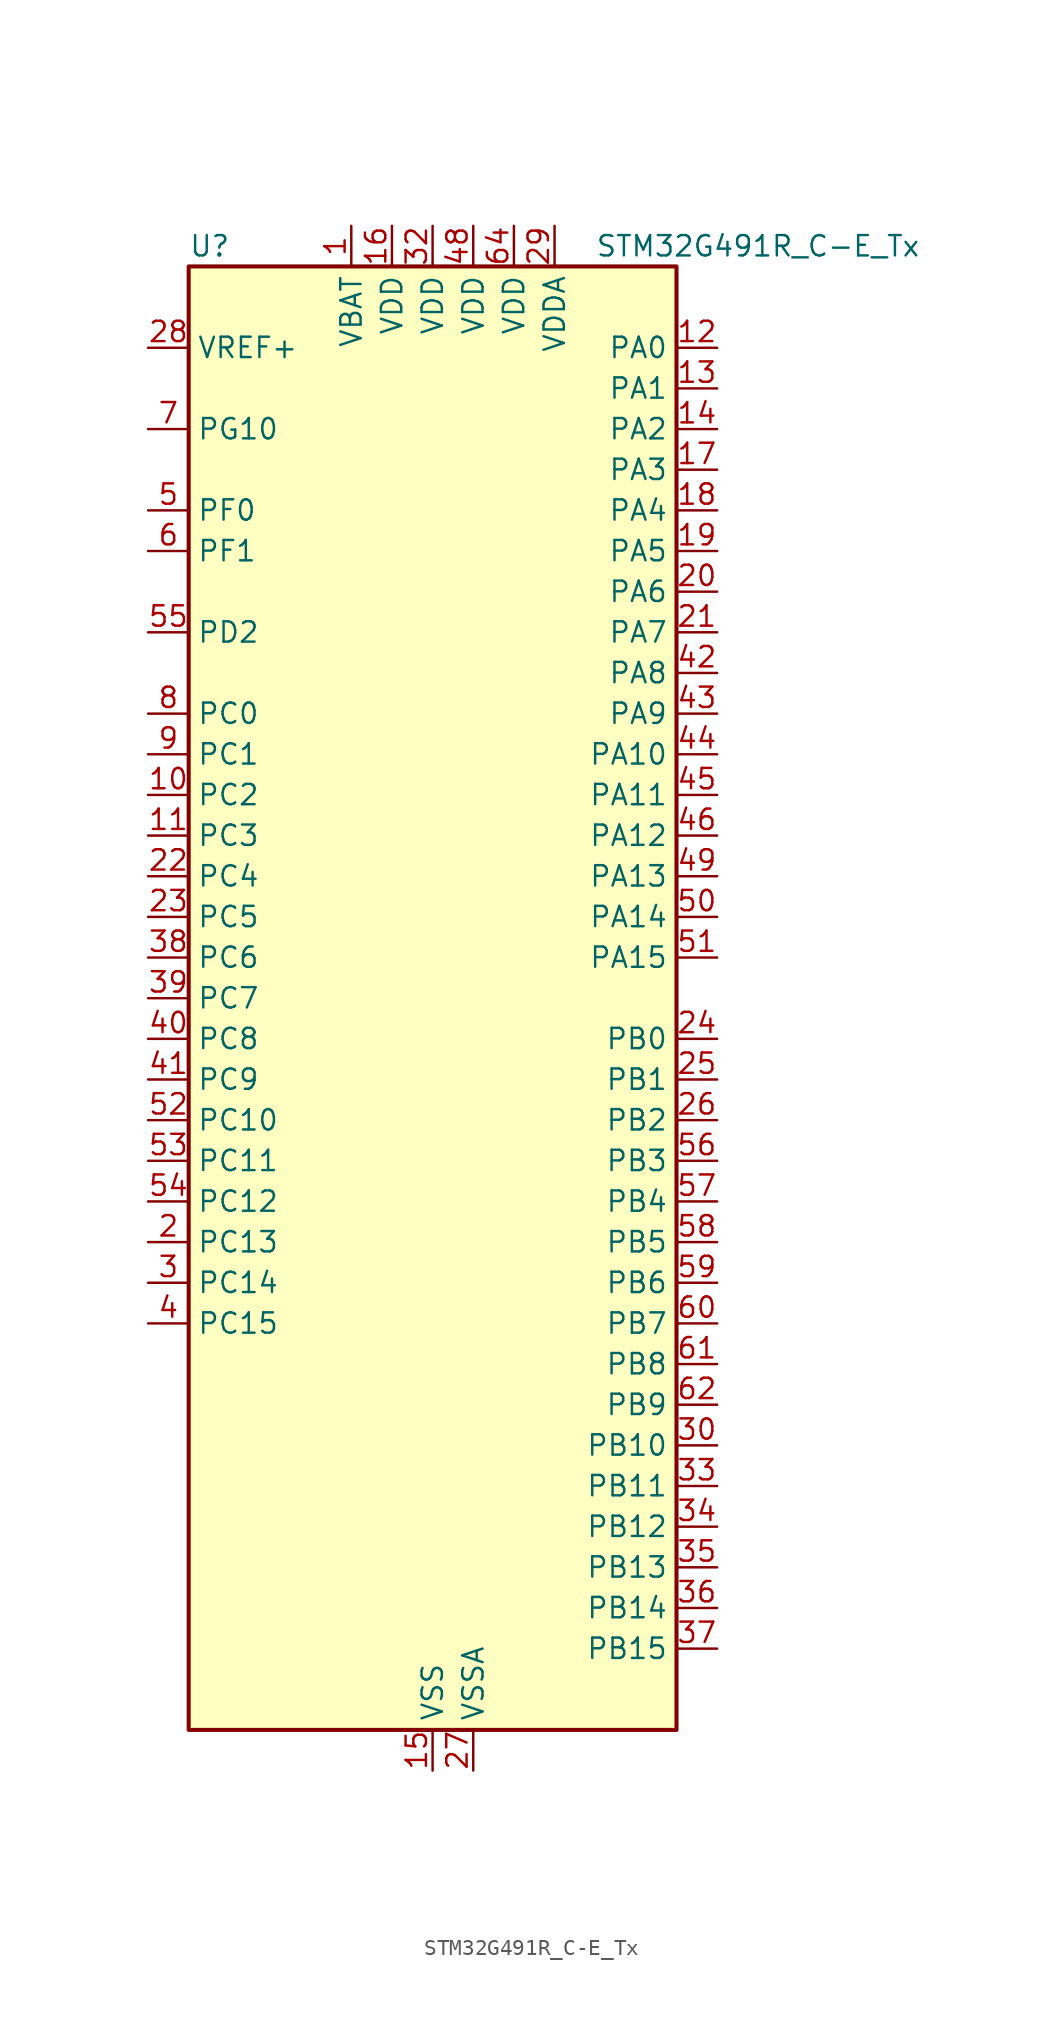
<source format=kicad_sym>
(kicad_symbol_lib
  (version 20241209)
  (generator "kicad_symbol_editor")
  (generator_version "9.0")
  (symbol "STM32G491R_C-E_Tx"
    (property "Reference" "U"
      (at -15.24 46.99 0)
      (effects (font (size 1.27 1.27)) (justify left)))
    (property "Value" "STM32G491R_C-E_Tx"
      (at 10.16 46.99 0)
      (effects (font (size 1.27 1.27)) (justify left)))
    (symbol "STM32G491R_C-E_Tx_0_1"
      (rectangle (start -15.24 -45.72) (end 15.24 45.72) (stroke (width 0.254) (type default)) (fill (type background))))
    (symbol "STM32G491R_C-E_Tx_1_1"
      (pin input line (at -17.78 40.64 0) (length 2.54) (name "VREF+" (effects (font (size 1.27 1.27)))) (number "28" (effects (font (size 1.27 1.27)))) (alternate "VREFBUF_OUT" bidirectional line))
      (pin bidirectional line (at -17.78 35.56 0) (length 2.54) (name "PG10" (effects (font (size 1.27 1.27)))) (number "7" (effects (font (size 1.27 1.27)))) (alternate "DAC1_EXTI10" bidirectional line) (alternate "DAC3_EXTI10" bidirectional line) (alternate "RCC_MCO" bidirectional line))
      (pin bidirectional line (at -17.78 30.48 0) (length 2.54) (name "PF0" (effects (font (size 1.27 1.27)))) (number "5" (effects (font (size 1.27 1.27)))) (alternate "ADC1_IN10" bidirectional line) (alternate "I2C2_SDA" bidirectional line) (alternate "I2S2_WS" bidirectional line) (alternate "RCC_OSC_IN" bidirectional line) (alternate "SPI2_NSS" bidirectional line) (alternate "TIM1_CH3N" bidirectional line))
      (pin bidirectional line (at -17.78 27.94 0) (length 2.54) (name "PF1" (effects (font (size 1.27 1.27)))) (number "6" (effects (font (size 1.27 1.27)))) (alternate "ADC2_IN10" bidirectional line) (alternate "COMP3_INM" bidirectional line) (alternate "I2S2_CK" bidirectional line) (alternate "RCC_OSC_OUT" bidirectional line) (alternate "SPI2_SCK" bidirectional line))
      (pin bidirectional line (at -17.78 22.86 0) (length 2.54) (name "PD2" (effects (font (size 1.27 1.27)))) (number "55" (effects (font (size 1.27 1.27)))) (alternate "ADC3_EXTI2" bidirectional line) (alternate "TIM3_ETR" bidirectional line) (alternate "TIM8_BKIN" bidirectional line) (alternate "UART5_RX" bidirectional line))
      (pin bidirectional line (at -17.78 17.78 0) (length 2.54) (name "PC0" (effects (font (size 1.27 1.27)))) (number "8" (effects (font (size 1.27 1.27)))) (alternate "ADC1_IN6" bidirectional line) (alternate "ADC2_IN6" bidirectional line) (alternate "COMP3_INM" bidirectional line) (alternate "LPTIM1_IN1" bidirectional line) (alternate "LPUART1_RX" bidirectional line) (alternate "TIM1_CH1" bidirectional line))
      (pin bidirectional line (at -17.78 15.24 0) (length 2.54) (name "PC1" (effects (font (size 1.27 1.27)))) (number "9" (effects (font (size 1.27 1.27)))) (alternate "ADC1_IN7" bidirectional line) (alternate "ADC2_IN7" bidirectional line) (alternate "COMP3_INP" bidirectional line) (alternate "LPTIM1_OUT" bidirectional line) (alternate "LPUART1_TX" bidirectional line) (alternate "QUADSPI1_BK2_IO0" bidirectional line) (alternate "SAI1_SD_A" bidirectional line) (alternate "TIM1_CH2" bidirectional line))
      (pin bidirectional line (at -17.78 12.7 0) (length 2.54) (name "PC2" (effects (font (size 1.27 1.27)))) (number "10" (effects (font (size 1.27 1.27)))) (alternate "ADC1_IN8" bidirectional line) (alternate "ADC2_IN8" bidirectional line) (alternate "ADC3_EXTI2" bidirectional line) (alternate "COMP3_OUT" bidirectional line) (alternate "LPTIM1_IN2" bidirectional line) (alternate "QUADSPI1_BK2_IO1" bidirectional line) (alternate "TIM1_CH3" bidirectional line) (alternate "TIM20_CH2" bidirectional line))
      (pin bidirectional line (at -17.78 10.16 0) (length 2.54) (name "PC3" (effects (font (size 1.27 1.27)))) (number "11" (effects (font (size 1.27 1.27)))) (alternate "ADC1_IN9" bidirectional line) (alternate "ADC2_IN9" bidirectional line) (alternate "ADC3_EXTI3" bidirectional line) (alternate "LPTIM1_ETR" bidirectional line) (alternate "QUADSPI1_BK2_IO2" bidirectional line) (alternate "SAI1_D1" bidirectional line) (alternate "SAI1_SD_A" bidirectional line) (alternate "TIM1_BKIN2" bidirectional line) (alternate "TIM1_CH4" bidirectional line))
      (pin bidirectional line (at -17.78 7.62 0) (length 2.54) (name "PC4" (effects (font (size 1.27 1.27)))) (number "22" (effects (font (size 1.27 1.27)))) (alternate "ADC2_IN5" bidirectional line) (alternate "I2C2_SCL" bidirectional line) (alternate "QUADSPI1_BK2_IO3" bidirectional line) (alternate "TIM1_ETR" bidirectional line) (alternate "USART1_TX" bidirectional line))
      (pin bidirectional line (at -17.78 5.08 0) (length 2.54) (name "PC5" (effects (font (size 1.27 1.27)))) (number "23" (effects (font (size 1.27 1.27)))) (alternate "ADC2_IN11" bidirectional line) (alternate "OPAMP1_VINM" bidirectional line) (alternate "OPAMP1_VINM1" bidirectional line) (alternate "OPAMP1_VINM_SEC" bidirectional line) (alternate "OPAMP2_VINM" bidirectional line) (alternate "OPAMP2_VINM1" bidirectional line) (alternate "OPAMP2_VINM_SEC" bidirectional line) (alternate "SAI1_D3" bidirectional line) (alternate "SYS_WKUP5" bidirectional line) (alternate "TIM15_BKIN" bidirectional line) (alternate "TIM1_CH4N" bidirectional line) (alternate "USART1_RX" bidirectional line))
      (pin bidirectional line (at -17.78 2.54 0) (length 2.54) (name "PC6" (effects (font (size 1.27 1.27)))) (number "38" (effects (font (size 1.27 1.27)))) (alternate "I2S2_MCK" bidirectional line) (alternate "TIM3_CH1" bidirectional line) (alternate "TIM8_CH1" bidirectional line))
      (pin bidirectional line (at -17.78 0 0) (length 2.54) (name "PC7" (effects (font (size 1.27 1.27)))) (number "39" (effects (font (size 1.27 1.27)))) (alternate "I2S3_MCK" bidirectional line) (alternate "TIM3_CH2" bidirectional line) (alternate "TIM8_CH2" bidirectional line))
      (pin bidirectional line (at -17.78 -2.54 0) (length 2.54) (name "PC8" (effects (font (size 1.27 1.27)))) (number "40" (effects (font (size 1.27 1.27)))) (alternate "I2C3_SCL" bidirectional line) (alternate "TIM20_CH3" bidirectional line) (alternate "TIM3_CH3" bidirectional line) (alternate "TIM8_CH3" bidirectional line))
      (pin bidirectional line (at -17.78 -5.08 0) (length 2.54) (name "PC9" (effects (font (size 1.27 1.27)))) (number "41" (effects (font (size 1.27 1.27)))) (alternate "DAC1_EXTI9" bidirectional line) (alternate "DAC3_EXTI9" bidirectional line) (alternate "I2C3_SDA" bidirectional line) (alternate "I2S_CKIN" bidirectional line) (alternate "TIM3_CH4" bidirectional line) (alternate "TIM8_BKIN2" bidirectional line) (alternate "TIM8_CH4" bidirectional line))
      (pin bidirectional line (at -17.78 -7.62 0) (length 2.54) (name "PC10" (effects (font (size 1.27 1.27)))) (number "52" (effects (font (size 1.27 1.27)))) (alternate "DAC1_EXTI10" bidirectional line) (alternate "DAC3_EXTI10" bidirectional line) (alternate "I2S3_CK" bidirectional line) (alternate "SPI3_SCK" bidirectional line) (alternate "TIM8_CH1N" bidirectional line) (alternate "UART4_TX" bidirectional line) (alternate "USART3_TX" bidirectional line))
      (pin bidirectional line (at -17.78 -10.16 0) (length 2.54) (name "PC11" (effects (font (size 1.27 1.27)))) (number "53" (effects (font (size 1.27 1.27)))) (alternate "ADC1_EXTI11" bidirectional line) (alternate "ADC2_EXTI11" bidirectional line) (alternate "I2C3_SDA" bidirectional line) (alternate "SPI3_MISO" bidirectional line) (alternate "TIM8_CH2N" bidirectional line) (alternate "UART4_RX" bidirectional line) (alternate "USART3_RX" bidirectional line))
      (pin bidirectional line (at -17.78 -12.7 0) (length 2.54) (name "PC12" (effects (font (size 1.27 1.27)))) (number "54" (effects (font (size 1.27 1.27)))) (alternate "I2S3_SD" bidirectional line) (alternate "SPI3_MOSI" bidirectional line) (alternate "TIM8_CH3N" bidirectional line) (alternate "UART5_TX" bidirectional line) (alternate "UCPD1_FRSTX1" bidirectional line) (alternate "UCPD1_FRSTX2" bidirectional line) (alternate "USART3_CK" bidirectional line))
      (pin bidirectional line (at -17.78 -15.24 0) (length 2.54) (name "PC13" (effects (font (size 1.27 1.27)))) (number "2" (effects (font (size 1.27 1.27)))) (alternate "RTC_OUT1" bidirectional line) (alternate "RTC_TAMP1" bidirectional line) (alternate "RTC_TS" bidirectional line) (alternate "SYS_WKUP2" bidirectional line) (alternate "TIM1_BKIN" bidirectional line) (alternate "TIM1_CH1N" bidirectional line) (alternate "TIM8_CH4N" bidirectional line))
      (pin bidirectional line (at -17.78 -17.78 0) (length 2.54) (name "PC14" (effects (font (size 1.27 1.27)))) (number "3" (effects (font (size 1.27 1.27)))) (alternate "RCC_OSC32_IN" bidirectional line))
      (pin bidirectional line (at -17.78 -20.32 0) (length 2.54) (name "PC15" (effects (font (size 1.27 1.27)))) (number "4" (effects (font (size 1.27 1.27)))) (alternate "ADC1_EXTI15" bidirectional line) (alternate "ADC2_EXTI15" bidirectional line) (alternate "RCC_OSC32_OUT" bidirectional line))
      (pin power_in line (at -5.08 48.26 270) (length 2.54) (name "VBAT" (effects (font (size 1.27 1.27)))) (number "1" (effects (font (size 1.27 1.27)))))
      (pin power_in line (at -2.54 48.26 270) (length 2.54) (name "VDD" (effects (font (size 1.27 1.27)))) (number "16" (effects (font (size 1.27 1.27)))))
      (pin power_in line (at 0 48.26 270) (length 2.54) (name "VDD" (effects (font (size 1.27 1.27)))) (number "32" (effects (font (size 1.27 1.27)))))
      (pin power_in line (at 0 -48.26 90) (length 2.54) (name "VSS" (effects (font (size 1.27 1.27)))) (number "15" (effects (font (size 1.27 1.27)))))
      (pin passive line (at 0 -48.26 90) (length 2.54) (hide yes) (name "VSS" (effects (font (size 1.27 1.27)))) (number "31" (effects (font (size 1.27 1.27)))))
      (pin passive line (at 0 -48.26 90) (length 2.54) (hide yes) (name "VSS" (effects (font (size 1.27 1.27)))) (number "47" (effects (font (size 1.27 1.27)))))
      (pin passive line (at 0 -48.26 90) (length 2.54) (hide yes) (name "VSS" (effects (font (size 1.27 1.27)))) (number "63" (effects (font (size 1.27 1.27)))))
      (pin power_in line (at 2.54 48.26 270) (length 2.54) (name "VDD" (effects (font (size 1.27 1.27)))) (number "48" (effects (font (size 1.27 1.27)))))
      (pin power_in line (at 2.54 -48.26 90) (length 2.54) (name "VSSA" (effects (font (size 1.27 1.27)))) (number "27" (effects (font (size 1.27 1.27)))))
      (pin power_in line (at 5.08 48.26 270) (length 2.54) (name "VDD" (effects (font (size 1.27 1.27)))) (number "64" (effects (font (size 1.27 1.27)))))
      (pin power_in line (at 7.62 48.26 270) (length 2.54) (name "VDDA" (effects (font (size 1.27 1.27)))) (number "29" (effects (font (size 1.27 1.27)))))
      (pin bidirectional line (at 17.78 40.64 180) (length 2.54) (name "PA0" (effects (font (size 1.27 1.27)))) (number "12" (effects (font (size 1.27 1.27)))) (alternate "ADC1_IN1" bidirectional line) (alternate "ADC2_IN1" bidirectional line) (alternate "COMP1_INM" bidirectional line) (alternate "COMP1_OUT" bidirectional line) (alternate "COMP3_INP" bidirectional line) (alternate "RTC_TAMP2" bidirectional line) (alternate "SYS_WKUP1" bidirectional line) (alternate "TIM2_CH1" bidirectional line) (alternate "TIM2_ETR" bidirectional line) (alternate "TIM8_BKIN" bidirectional line) (alternate "TIM8_ETR" bidirectional line) (alternate "USART2_CTS" bidirectional line) (alternate "USART2_NSS" bidirectional line))
      (pin bidirectional line (at 17.78 38.1 180) (length 2.54) (name "PA1" (effects (font (size 1.27 1.27)))) (number "13" (effects (font (size 1.27 1.27)))) (alternate "ADC1_IN2" bidirectional line) (alternate "ADC2_IN2" bidirectional line) (alternate "COMP1_INP" bidirectional line) (alternate "OPAMP1_VINP" bidirectional line) (alternate "OPAMP1_VINP_SEC" bidirectional line) (alternate "OPAMP3_VINP" bidirectional line) (alternate "OPAMP3_VINP_SEC" bidirectional line) (alternate "OPAMP6_VINM" bidirectional line) (alternate "OPAMP6_VINM0" bidirectional line) (alternate "OPAMP6_VINM_SEC" bidirectional line) (alternate "RTC_REFIN" bidirectional line) (alternate "TIM15_CH1N" bidirectional line) (alternate "TIM2_CH2" bidirectional line) (alternate "USART2_DE" bidirectional line) (alternate "USART2_RTS" bidirectional line))
      (pin bidirectional line (at 17.78 35.56 180) (length 2.54) (name "PA2" (effects (font (size 1.27 1.27)))) (number "14" (effects (font (size 1.27 1.27)))) (alternate "ADC1_IN3" bidirectional line) (alternate "ADC3_EXTI2" bidirectional line) (alternate "COMP2_INM" bidirectional line) (alternate "COMP2_OUT" bidirectional line) (alternate "LPUART1_TX" bidirectional line) (alternate "OPAMP1_VOUT" bidirectional line) (alternate "QUADSPI1_BK1_NCS" bidirectional line) (alternate "RCC_LSCO" bidirectional line) (alternate "SYS_WKUP4" bidirectional line) (alternate "TIM15_CH1" bidirectional line) (alternate "TIM2_CH3" bidirectional line) (alternate "UCPD1_FRSTX1" bidirectional line) (alternate "UCPD1_FRSTX2" bidirectional line) (alternate "USART2_TX" bidirectional line))
      (pin bidirectional line (at 17.78 33.02 180) (length 2.54) (name "PA3" (effects (font (size 1.27 1.27)))) (number "17" (effects (font (size 1.27 1.27)))) (alternate "ADC1_IN4" bidirectional line) (alternate "ADC3_EXTI3" bidirectional line) (alternate "COMP2_INP" bidirectional line) (alternate "LPUART1_RX" bidirectional line) (alternate "OPAMP1_VINM" bidirectional line) (alternate "OPAMP1_VINM0" bidirectional line) (alternate "OPAMP1_VINM_SEC" bidirectional line) (alternate "OPAMP1_VINP" bidirectional line) (alternate "OPAMP1_VINP_SEC" bidirectional line) (alternate "QUADSPI1_CLK" bidirectional line) (alternate "SAI1_CK1" bidirectional line) (alternate "SAI1_MCLK_A" bidirectional line) (alternate "TIM15_CH2" bidirectional line) (alternate "TIM2_CH4" bidirectional line) (alternate "USART2_RX" bidirectional line))
      (pin bidirectional line (at 17.78 30.48 180) (length 2.54) (name "PA4" (effects (font (size 1.27 1.27)))) (number "18" (effects (font (size 1.27 1.27)))) (alternate "ADC2_IN17" bidirectional line) (alternate "COMP1_INM" bidirectional line) (alternate "DAC1_OUT1" bidirectional line) (alternate "I2S3_WS" bidirectional line) (alternate "SAI1_FS_B" bidirectional line) (alternate "SPI1_NSS" bidirectional line) (alternate "SPI3_NSS" bidirectional line) (alternate "TIM3_CH2" bidirectional line) (alternate "USART2_CK" bidirectional line))
      (pin bidirectional line (at 17.78 27.94 180) (length 2.54) (name "PA5" (effects (font (size 1.27 1.27)))) (number "19" (effects (font (size 1.27 1.27)))) (alternate "ADC2_IN13" bidirectional line) (alternate "COMP2_INM" bidirectional line) (alternate "DAC1_OUT2" bidirectional line) (alternate "OPAMP2_VINM" bidirectional line) (alternate "OPAMP2_VINM0" bidirectional line) (alternate "OPAMP2_VINM_SEC" bidirectional line) (alternate "SPI1_SCK" bidirectional line) (alternate "TIM2_CH1" bidirectional line) (alternate "TIM2_ETR" bidirectional line) (alternate "UCPD1_FRSTX1" bidirectional line) (alternate "UCPD1_FRSTX2" bidirectional line))
      (pin bidirectional line (at 17.78 25.4 180) (length 2.54) (name "PA6" (effects (font (size 1.27 1.27)))) (number "20" (effects (font (size 1.27 1.27)))) (alternate "ADC2_IN3" bidirectional line) (alternate "COMP1_OUT" bidirectional line) (alternate "LPUART1_CTS" bidirectional line) (alternate "OPAMP2_VOUT" bidirectional line) (alternate "QUADSPI1_BK1_IO3" bidirectional line) (alternate "SPI1_MISO" bidirectional line) (alternate "TIM16_CH1" bidirectional line) (alternate "TIM1_BKIN" bidirectional line) (alternate "TIM3_CH1" bidirectional line) (alternate "TIM8_BKIN" bidirectional line))
      (pin bidirectional line (at 17.78 22.86 180) (length 2.54) (name "PA7" (effects (font (size 1.27 1.27)))) (number "21" (effects (font (size 1.27 1.27)))) (alternate "ADC2_IN4" bidirectional line) (alternate "COMP2_INP" bidirectional line) (alternate "COMP2_OUT" bidirectional line) (alternate "OPAMP1_VINP" bidirectional line) (alternate "OPAMP1_VINP_SEC" bidirectional line) (alternate "OPAMP2_VINP" bidirectional line) (alternate "OPAMP2_VINP_SEC" bidirectional line) (alternate "QUADSPI1_BK1_IO2" bidirectional line) (alternate "SPI1_MOSI" bidirectional line) (alternate "TIM17_CH1" bidirectional line) (alternate "TIM1_CH1N" bidirectional line) (alternate "TIM3_CH2" bidirectional line) (alternate "TIM8_CH1N" bidirectional line) (alternate "UCPD1_FRSTX1" bidirectional line) (alternate "UCPD1_FRSTX2" bidirectional line))
      (pin bidirectional line (at 17.78 20.32 180) (length 2.54) (name "PA8" (effects (font (size 1.27 1.27)))) (number "42" (effects (font (size 1.27 1.27)))) (alternate "I2C2_SDA" bidirectional line) (alternate "I2C3_SCL" bidirectional line) (alternate "I2S2_MCK" bidirectional line) (alternate "RCC_MCO" bidirectional line) (alternate "SAI1_CK2" bidirectional line) (alternate "SAI1_SCK_A" bidirectional line) (alternate "TIM1_CH1" bidirectional line) (alternate "TIM4_ETR" bidirectional line) (alternate "USART1_CK" bidirectional line))
      (pin bidirectional line (at 17.78 17.78 180) (length 2.54) (name "PA9" (effects (font (size 1.27 1.27)))) (number "43" (effects (font (size 1.27 1.27)))) (alternate "DAC1_EXTI9" bidirectional line) (alternate "DAC3_EXTI9" bidirectional line) (alternate "I2C2_SCL" bidirectional line) (alternate "I2C3_SMBA" bidirectional line) (alternate "I2S3_MCK" bidirectional line) (alternate "SAI1_FS_A" bidirectional line) (alternate "TIM15_BKIN" bidirectional line) (alternate "TIM1_CH2" bidirectional line) (alternate "TIM2_CH3" bidirectional line) (alternate "UCPD1_DBCC1" bidirectional line) (alternate "USART1_TX" bidirectional line))
      (pin bidirectional line (at 17.78 15.24 180) (length 2.54) (name "PA10" (effects (font (size 1.27 1.27)))) (number "44" (effects (font (size 1.27 1.27)))) (alternate "CRS_SYNC" bidirectional line) (alternate "DAC1_EXTI10" bidirectional line) (alternate "DAC3_EXTI10" bidirectional line) (alternate "I2C2_SMBA" bidirectional line) (alternate "SAI1_D1" bidirectional line) (alternate "SAI1_SD_A" bidirectional line) (alternate "SPI2_MISO" bidirectional line) (alternate "TIM17_BKIN" bidirectional line) (alternate "TIM1_CH3" bidirectional line) (alternate "TIM2_CH4" bidirectional line) (alternate "TIM8_BKIN" bidirectional line) (alternate "UCPD1_DBCC2" bidirectional line) (alternate "USART1_RX" bidirectional line))
      (pin bidirectional line (at 17.78 12.7 180) (length 2.54) (name "PA11" (effects (font (size 1.27 1.27)))) (number "45" (effects (font (size 1.27 1.27)))) (alternate "ADC1_EXTI11" bidirectional line) (alternate "ADC2_EXTI11" bidirectional line) (alternate "COMP1_OUT" bidirectional line) (alternate "FDCAN1_RX" bidirectional line) (alternate "I2S2_SD" bidirectional line) (alternate "SPI2_MOSI" bidirectional line) (alternate "TIM1_BKIN2" bidirectional line) (alternate "TIM1_CH1N" bidirectional line) (alternate "TIM1_CH4" bidirectional line) (alternate "TIM4_CH1" bidirectional line) (alternate "USART1_CTS" bidirectional line) (alternate "USART1_NSS" bidirectional line) (alternate "USB_DM" bidirectional line))
      (pin bidirectional line (at 17.78 10.16 180) (length 2.54) (name "PA12" (effects (font (size 1.27 1.27)))) (number "46" (effects (font (size 1.27 1.27)))) (alternate "COMP2_OUT" bidirectional line) (alternate "FDCAN1_TX" bidirectional line) (alternate "I2S_CKIN" bidirectional line) (alternate "TIM16_CH1" bidirectional line) (alternate "TIM1_CH2N" bidirectional line) (alternate "TIM1_ETR" bidirectional line) (alternate "TIM4_CH2" bidirectional line) (alternate "USART1_DE" bidirectional line) (alternate "USART1_RTS" bidirectional line) (alternate "USB_DP" bidirectional line))
      (pin bidirectional line (at 17.78 7.62 180) (length 2.54) (name "PA13" (effects (font (size 1.27 1.27)))) (number "49" (effects (font (size 1.27 1.27)))) (alternate "I2C1_SCL" bidirectional line) (alternate "IR_OUT" bidirectional line) (alternate "SAI1_SD_B" bidirectional line) (alternate "SYS_JTMS-SWDIO" bidirectional line) (alternate "TIM16_CH1N" bidirectional line) (alternate "TIM4_CH3" bidirectional line) (alternate "USART3_CTS" bidirectional line) (alternate "USART3_NSS" bidirectional line))
      (pin bidirectional line (at 17.78 5.08 180) (length 2.54) (name "PA14" (effects (font (size 1.27 1.27)))) (number "50" (effects (font (size 1.27 1.27)))) (alternate "I2C1_SDA" bidirectional line) (alternate "LPTIM1_OUT" bidirectional line) (alternate "SAI1_FS_B" bidirectional line) (alternate "SYS_JTCK-SWCLK" bidirectional line) (alternate "TIM1_BKIN" bidirectional line) (alternate "TIM8_CH2" bidirectional line) (alternate "USART2_TX" bidirectional line))
      (pin bidirectional line (at 17.78 2.54 180) (length 2.54) (name "PA15" (effects (font (size 1.27 1.27)))) (number "51" (effects (font (size 1.27 1.27)))) (alternate "ADC1_EXTI15" bidirectional line) (alternate "ADC2_EXTI15" bidirectional line) (alternate "I2C1_SCL" bidirectional line) (alternate "I2S3_WS" bidirectional line) (alternate "SPI1_NSS" bidirectional line) (alternate "SPI3_NSS" bidirectional line) (alternate "SYS_JTDI" bidirectional line) (alternate "TIM1_BKIN" bidirectional line) (alternate "TIM20_ETR" bidirectional line) (alternate "TIM2_CH1" bidirectional line) (alternate "TIM2_ETR" bidirectional line) (alternate "TIM8_CH1" bidirectional line) (alternate "UART4_DE" bidirectional line) (alternate "UART4_RTS" bidirectional line) (alternate "USART2_RX" bidirectional line))
      (pin bidirectional line (at 17.78 -2.54 180) (length 2.54) (name "PB0" (effects (font (size 1.27 1.27)))) (number "24" (effects (font (size 1.27 1.27)))) (alternate "ADC1_IN15" bidirectional line) (alternate "ADC3_IN12" bidirectional line) (alternate "COMP4_INP" bidirectional line) (alternate "OPAMP2_VINP" bidirectional line) (alternate "OPAMP2_VINP_SEC" bidirectional line) (alternate "OPAMP3_VINP" bidirectional line) (alternate "OPAMP3_VINP_SEC" bidirectional line) (alternate "QUADSPI1_BK1_IO1" bidirectional line) (alternate "TIM1_CH2N" bidirectional line) (alternate "TIM3_CH3" bidirectional line) (alternate "TIM8_CH2N" bidirectional line) (alternate "UCPD1_FRSTX1" bidirectional line) (alternate "UCPD1_FRSTX2" bidirectional line))
      (pin bidirectional line (at 17.78 -5.08 180) (length 2.54) (name "PB1" (effects (font (size 1.27 1.27)))) (number "25" (effects (font (size 1.27 1.27)))) (alternate "ADC1_IN12" bidirectional line) (alternate "ADC3_IN1" bidirectional line) (alternate "COMP1_INP" bidirectional line) (alternate "COMP4_OUT" bidirectional line) (alternate "LPUART1_DE" bidirectional line) (alternate "LPUART1_RTS" bidirectional line) (alternate "OPAMP3_VOUT" bidirectional line) (alternate "OPAMP6_VINM" bidirectional line) (alternate "OPAMP6_VINM1" bidirectional line) (alternate "OPAMP6_VINM_SEC" bidirectional line) (alternate "QUADSPI1_BK1_IO0" bidirectional line) (alternate "TIM1_CH3N" bidirectional line) (alternate "TIM3_CH4" bidirectional line) (alternate "TIM8_CH3N" bidirectional line))
      (pin bidirectional line (at 17.78 -7.62 180) (length 2.54) (name "PB2" (effects (font (size 1.27 1.27)))) (number "26" (effects (font (size 1.27 1.27)))) (alternate "ADC2_IN12" bidirectional line) (alternate "ADC3_EXTI2" bidirectional line) (alternate "COMP4_INM" bidirectional line) (alternate "I2C3_SMBA" bidirectional line) (alternate "LPTIM1_OUT" bidirectional line) (alternate "OPAMP3_VINM" bidirectional line) (alternate "OPAMP3_VINM0" bidirectional line) (alternate "OPAMP3_VINM_SEC" bidirectional line) (alternate "QUADSPI1_BK2_IO1" bidirectional line) (alternate "RTC_OUT2" bidirectional line) (alternate "TIM20_CH1" bidirectional line))
      (pin bidirectional line (at 17.78 -10.16 180) (length 2.54) (name "PB3" (effects (font (size 1.27 1.27)))) (number "56" (effects (font (size 1.27 1.27)))) (alternate "ADC3_EXTI3" bidirectional line) (alternate "CRS_SYNC" bidirectional line) (alternate "I2S3_CK" bidirectional line) (alternate "SAI1_SCK_B" bidirectional line) (alternate "SPI1_SCK" bidirectional line) (alternate "SPI3_SCK" bidirectional line) (alternate "SYS_JTDO-SWO" bidirectional line) (alternate "TIM2_CH2" bidirectional line) (alternate "TIM3_ETR" bidirectional line) (alternate "TIM4_ETR" bidirectional line) (alternate "TIM8_CH1N" bidirectional line) (alternate "USART2_TX" bidirectional line))
      (pin bidirectional line (at 17.78 -12.7 180) (length 2.54) (name "PB4" (effects (font (size 1.27 1.27)))) (number "57" (effects (font (size 1.27 1.27)))) (alternate "SAI1_MCLK_B" bidirectional line) (alternate "SPI1_MISO" bidirectional line) (alternate "SPI3_MISO" bidirectional line) (alternate "SYS_JTRST" bidirectional line) (alternate "TIM16_CH1" bidirectional line) (alternate "TIM17_BKIN" bidirectional line) (alternate "TIM3_CH1" bidirectional line) (alternate "TIM8_CH2N" bidirectional line) (alternate "UART5_DE" bidirectional line) (alternate "UART5_RTS" bidirectional line) (alternate "UCPD1_CC2" bidirectional line) (alternate "USART2_RX" bidirectional line))
      (pin bidirectional line (at 17.78 -15.24 180) (length 2.54) (name "PB5" (effects (font (size 1.27 1.27)))) (number "58" (effects (font (size 1.27 1.27)))) (alternate "FDCAN2_RX" bidirectional line) (alternate "I2C1_SMBA" bidirectional line) (alternate "I2C3_SDA" bidirectional line) (alternate "I2S3_SD" bidirectional line) (alternate "LPTIM1_IN1" bidirectional line) (alternate "SAI1_SD_B" bidirectional line) (alternate "SPI1_MOSI" bidirectional line) (alternate "SPI3_MOSI" bidirectional line) (alternate "TIM16_BKIN" bidirectional line) (alternate "TIM17_CH1" bidirectional line) (alternate "TIM3_CH2" bidirectional line) (alternate "TIM8_CH3N" bidirectional line) (alternate "UART5_CTS" bidirectional line) (alternate "USART2_CK" bidirectional line))
      (pin bidirectional line (at 17.78 -17.78 180) (length 2.54) (name "PB6" (effects (font (size 1.27 1.27)))) (number "59" (effects (font (size 1.27 1.27)))) (alternate "COMP4_OUT" bidirectional line) (alternate "FDCAN2_TX" bidirectional line) (alternate "LPTIM1_ETR" bidirectional line) (alternate "SAI1_FS_B" bidirectional line) (alternate "TIM16_CH1N" bidirectional line) (alternate "TIM4_CH1" bidirectional line) (alternate "TIM8_BKIN2" bidirectional line) (alternate "TIM8_CH1" bidirectional line) (alternate "TIM8_ETR" bidirectional line) (alternate "UCPD1_CC1" bidirectional line) (alternate "USART1_TX" bidirectional line))
      (pin bidirectional line (at 17.78 -20.32 180) (length 2.54) (name "PB7" (effects (font (size 1.27 1.27)))) (number "60" (effects (font (size 1.27 1.27)))) (alternate "COMP3_OUT" bidirectional line) (alternate "I2C1_SDA" bidirectional line) (alternate "LPTIM1_IN2" bidirectional line) (alternate "SYS_PVD_IN" bidirectional line) (alternate "TIM17_CH1N" bidirectional line) (alternate "TIM3_CH4" bidirectional line) (alternate "TIM4_CH2" bidirectional line) (alternate "TIM8_BKIN" bidirectional line) (alternate "UART4_CTS" bidirectional line) (alternate "USART1_RX" bidirectional line))
      (pin bidirectional line (at 17.78 -22.86 180) (length 2.54) (name "PB8" (effects (font (size 1.27 1.27)))) (number "61" (effects (font (size 1.27 1.27)))) (alternate "COMP1_OUT" bidirectional line) (alternate "FDCAN1_RX" bidirectional line) (alternate "I2C1_SCL" bidirectional line) (alternate "SAI1_CK1" bidirectional line) (alternate "SAI1_MCLK_A" bidirectional line) (alternate "TIM16_CH1" bidirectional line) (alternate "TIM1_BKIN" bidirectional line) (alternate "TIM4_CH3" bidirectional line) (alternate "TIM8_CH2" bidirectional line) (alternate "USART3_RX" bidirectional line))
      (pin bidirectional line (at 17.78 -25.4 180) (length 2.54) (name "PB9" (effects (font (size 1.27 1.27)))) (number "62" (effects (font (size 1.27 1.27)))) (alternate "COMP2_OUT" bidirectional line) (alternate "DAC1_EXTI9" bidirectional line) (alternate "DAC3_EXTI9" bidirectional line) (alternate "FDCAN1_TX" bidirectional line) (alternate "I2C1_SDA" bidirectional line) (alternate "IR_OUT" bidirectional line) (alternate "SAI1_D2" bidirectional line) (alternate "SAI1_FS_A" bidirectional line) (alternate "TIM17_CH1" bidirectional line) (alternate "TIM1_CH3N" bidirectional line) (alternate "TIM4_CH4" bidirectional line) (alternate "TIM8_CH3" bidirectional line) (alternate "USART3_TX" bidirectional line))
      (pin bidirectional line (at 17.78 -27.94 180) (length 2.54) (name "PB10" (effects (font (size 1.27 1.27)))) (number "30" (effects (font (size 1.27 1.27)))) (alternate "DAC1_EXTI10" bidirectional line) (alternate "DAC3_EXTI10" bidirectional line) (alternate "LPUART1_RX" bidirectional line) (alternate "OPAMP3_VINM" bidirectional line) (alternate "OPAMP3_VINM1" bidirectional line) (alternate "OPAMP3_VINM_SEC" bidirectional line) (alternate "QUADSPI1_CLK" bidirectional line) (alternate "SAI1_SCK_A" bidirectional line) (alternate "TIM1_BKIN" bidirectional line) (alternate "TIM2_CH3" bidirectional line) (alternate "USART3_TX" bidirectional line))
      (pin bidirectional line (at 17.78 -30.48 180) (length 2.54) (name "PB11" (effects (font (size 1.27 1.27)))) (number "33" (effects (font (size 1.27 1.27)))) (alternate "ADC1_EXTI11" bidirectional line) (alternate "ADC1_IN14" bidirectional line) (alternate "ADC2_EXTI11" bidirectional line) (alternate "ADC2_IN14" bidirectional line) (alternate "LPUART1_TX" bidirectional line) (alternate "OPAMP6_VOUT" bidirectional line) (alternate "QUADSPI1_BK1_NCS" bidirectional line) (alternate "TIM2_CH4" bidirectional line) (alternate "USART3_RX" bidirectional line))
      (pin bidirectional line (at 17.78 -33.02 180) (length 2.54) (name "PB12" (effects (font (size 1.27 1.27)))) (number "34" (effects (font (size 1.27 1.27)))) (alternate "ADC1_IN11" bidirectional line) (alternate "FDCAN2_RX" bidirectional line) (alternate "I2C2_SMBA" bidirectional line) (alternate "I2S2_WS" bidirectional line) (alternate "LPUART1_DE" bidirectional line) (alternate "LPUART1_RTS" bidirectional line) (alternate "OPAMP6_VINP" bidirectional line) (alternate "OPAMP6_VINP_SEC" bidirectional line) (alternate "SPI2_NSS" bidirectional line) (alternate "TIM1_BKIN" bidirectional line) (alternate "USART3_CK" bidirectional line))
      (pin bidirectional line (at 17.78 -35.56 180) (length 2.54) (name "PB13" (effects (font (size 1.27 1.27)))) (number "35" (effects (font (size 1.27 1.27)))) (alternate "ADC3_IN5" bidirectional line) (alternate "FDCAN2_TX" bidirectional line) (alternate "I2S2_CK" bidirectional line) (alternate "LPUART1_CTS" bidirectional line) (alternate "OPAMP3_VINP" bidirectional line) (alternate "OPAMP3_VINP_SEC" bidirectional line) (alternate "OPAMP6_VINP" bidirectional line) (alternate "OPAMP6_VINP_SEC" bidirectional line) (alternate "SPI2_SCK" bidirectional line) (alternate "TIM1_CH1N" bidirectional line) (alternate "USART3_CTS" bidirectional line) (alternate "USART3_NSS" bidirectional line))
      (pin bidirectional line (at 17.78 -38.1 180) (length 2.54) (name "PB14" (effects (font (size 1.27 1.27)))) (number "36" (effects (font (size 1.27 1.27)))) (alternate "ADC1_IN5" bidirectional line) (alternate "COMP4_OUT" bidirectional line) (alternate "OPAMP2_VINP" bidirectional line) (alternate "OPAMP2_VINP_SEC" bidirectional line) (alternate "SPI2_MISO" bidirectional line) (alternate "TIM15_CH1" bidirectional line) (alternate "TIM1_CH2N" bidirectional line) (alternate "USART3_DE" bidirectional line) (alternate "USART3_RTS" bidirectional line))
      (pin bidirectional line (at 17.78 -40.64 180) (length 2.54) (name "PB15" (effects (font (size 1.27 1.27)))) (number "37" (effects (font (size 1.27 1.27)))) (alternate "ADC1_EXTI15" bidirectional line) (alternate "ADC2_EXTI15" bidirectional line) (alternate "ADC2_IN15" bidirectional line) (alternate "COMP3_OUT" bidirectional line) (alternate "I2S2_SD" bidirectional line) (alternate "RTC_REFIN" bidirectional line) (alternate "SPI2_MOSI" bidirectional line) (alternate "TIM15_CH1N" bidirectional line) (alternate "TIM15_CH2" bidirectional line) (alternate "TIM1_CH3N" bidirectional line)))))
</source>
